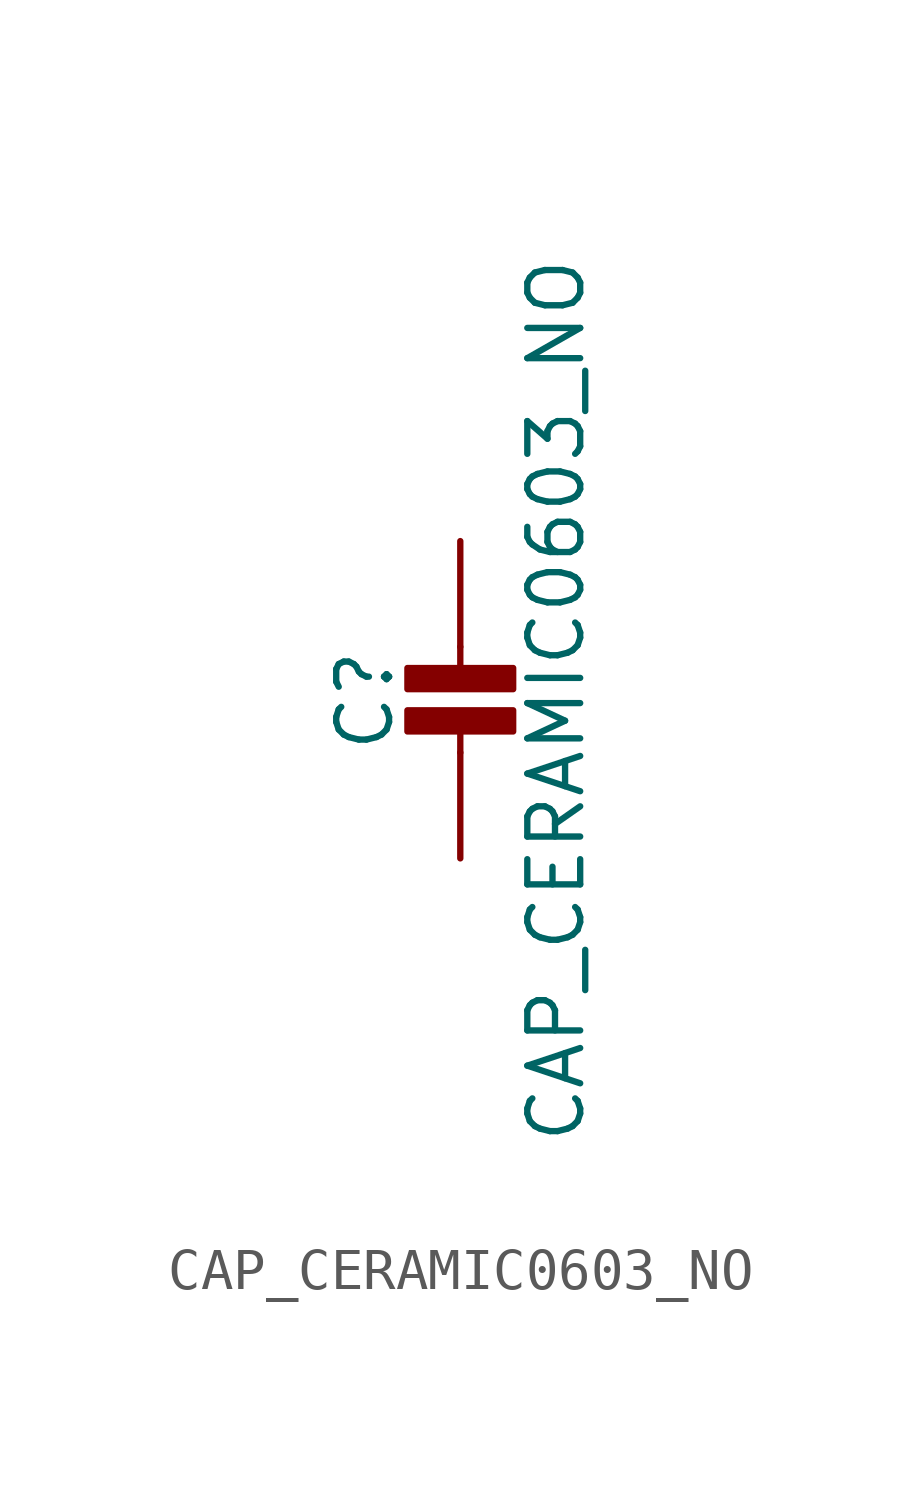
<source format=kicad_sym>
(kicad_symbol_lib
  (version 20211014)
  (generator kicad_symbol_editor)
  (symbol "CAP_CERAMIC0603_NO"
    (property "Reference" "C"
      (at -2.29 1.25 90)
      (effects (font (size 1.27 1.27))))
    (property "Value" "CAP_CERAMIC0603_NO"
      (at 2.3 1.25 90)
      (effects (font (size 1.27 1.27))))
    (property "ki_locked" ""
      (at 0 0 0)
      (effects (font (size 1.27 1.27))))
    (symbol "CAP_CERAMIC0603_NO_1_0"
      (rectangle (start -1.27 0.508) (end 1.27 1.016) (stroke (width 0) (type default) (color 0 0 0 0)) (fill (type outline)))
      (rectangle (start -1.27 1.524) (end 1.27 2.032) (stroke (width 0) (type default) (color 0 0 0 0)) (fill (type outline)))
      (polyline (pts (xy 0 0.762) (xy 0 0)) (stroke (width 0.152) (type default) (color 0 0 0 0)) (fill (type none)))
      (polyline (pts (xy 0 2.54) (xy 0 1.778)) (stroke (width 0.152) (type default) (color 0 0 0 0)) (fill (type none)))
      (pin passive line (at 0 5.08 270) (length 2.54) (name "1" (effects (font (size 0 0)))) (number "1" (effects (font (size 0 0)))))
      (pin passive line (at 0 -2.54 90) (length 2.54) (name "2" (effects (font (size 0 0)))) (number "2" (effects (font (size 0 0))))))))
</source>
